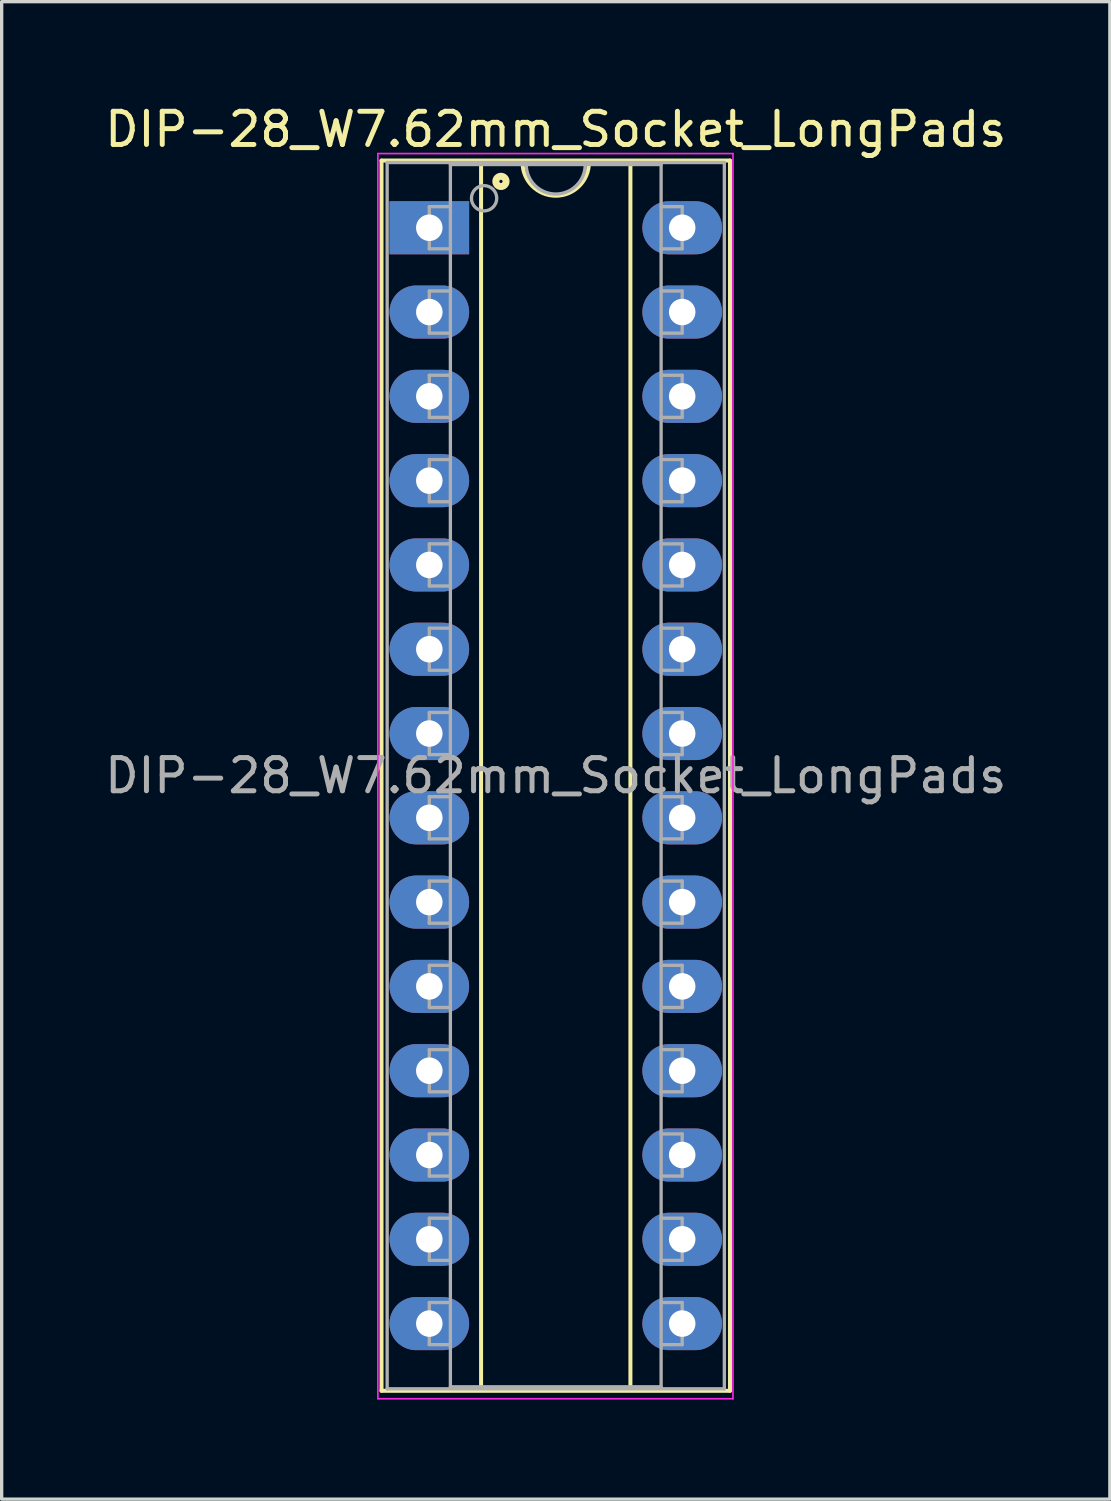
<source format=kicad_pcb>
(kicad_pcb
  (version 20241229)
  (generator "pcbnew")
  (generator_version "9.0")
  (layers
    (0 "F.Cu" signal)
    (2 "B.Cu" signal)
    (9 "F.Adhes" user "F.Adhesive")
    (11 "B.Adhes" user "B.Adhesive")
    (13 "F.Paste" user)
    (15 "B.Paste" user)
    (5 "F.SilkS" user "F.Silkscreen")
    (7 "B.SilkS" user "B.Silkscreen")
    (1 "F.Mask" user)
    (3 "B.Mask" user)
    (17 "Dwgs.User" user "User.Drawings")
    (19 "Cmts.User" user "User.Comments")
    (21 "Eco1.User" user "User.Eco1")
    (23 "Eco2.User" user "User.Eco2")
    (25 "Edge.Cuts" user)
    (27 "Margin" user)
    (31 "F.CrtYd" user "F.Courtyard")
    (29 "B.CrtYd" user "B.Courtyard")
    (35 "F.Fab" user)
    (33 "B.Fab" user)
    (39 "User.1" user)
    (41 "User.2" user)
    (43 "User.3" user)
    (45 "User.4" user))
  (footprint "DIP-28_W7.62mm_Socket_LongPads"
    (layer "F.Cu")
    (at 9.886 3.813)
    (property "Reference" "DIP-28_W7.62mm_Socket_LongPads" (at 3.81 -2.965 0) (layer "F.SilkS") (effects (font (size 1 1) (thickness 0.15))))
    (attr through_hole)
    (fp_line (start -1.44 -2.025) (end -1.44 35.045) (stroke (width 0.12) (type solid)) (layer "F.SilkS"))
    (fp_line (start -1.44 35.045) (end 9.06 35.045) (stroke (width 0.12) (type solid)) (layer "F.SilkS"))
    (fp_line (start 1.56 -1.965) (end 1.56 34.985) (stroke (width 0.12) (type solid)) (layer "F.SilkS"))
    (fp_line (start 1.56 34.985) (end 6.06 34.985) (stroke (width 0.12) (type solid)) (layer "F.SilkS"))
    (fp_line (start 2.81 -1.965) (end 1.56 -1.965) (stroke (width 0.12) (type solid)) (layer "F.SilkS"))
    (fp_line (start 6.06 -1.965) (end 4.81 -1.965) (stroke (width 0.12) (type solid)) (layer "F.SilkS"))
    (fp_line (start 6.06 34.985) (end 6.06 -1.965) (stroke (width 0.12) (type solid)) (layer "F.SilkS"))
    (fp_line (start 9.06 -2.025) (end -1.44 -2.025) (stroke (width 0.12) (type solid)) (layer "F.SilkS"))
    (fp_line (start 9.06 35.045) (end 9.06 -2.025) (stroke (width 0.12) (type solid)) (layer "F.SilkS"))
    (fp_arc (start 4.81 -1.965) (mid 3.81 -0.965) (end 2.81 -1.965) (stroke (width 0.12) (type solid)) (layer "F.SilkS"))
    (fp_circle (center 2.159 -1.397) (end 2.209 -1.397) (stroke (width 0.12) (type solid)) (fill no) (layer "F.SilkS"))
    (fp_circle (center 2.159 -1.397) (end 2.284 -1.397) (stroke (width 0.12) (type solid)) (fill no) (layer "F.SilkS"))
    (fp_circle (center 2.159 -1.397) (end 2.359 -1.397) (stroke (width 0.12) (type solid)) (fill no) (layer "F.SilkS"))
    (fp_line (start -1.55 -2.235) (end -1.55 35.285) (stroke (width 0.05) (type solid)) (layer "F.CrtYd"))
    (fp_line (start -1.55 35.285) (end 9.15 35.285) (stroke (width 0.05) (type solid)) (layer "F.CrtYd"))
    (fp_line (start 9.15 -2.235) (end -1.55 -2.235) (stroke (width 0.05) (type solid)) (layer "F.CrtYd"))
    (fp_line (start 9.15 35.285) (end 9.15 -2.235) (stroke (width 0.05) (type solid)) (layer "F.CrtYd"))
    (fp_line (start -1.27 -1.965) (end -1.27 34.985) (stroke (width 0.1) (type solid)) (layer "F.Fab"))
    (fp_line (start -1.27 34.985) (end 8.89 34.985) (stroke (width 0.1) (type solid)) (layer "F.Fab"))
    (fp_line (start 0 -0.635) (end 0 0.635) (stroke (width 0.1) (type solid)) (layer "F.Fab"))
    (fp_line (start 0 -0.635) (end 0.635 -0.635) (stroke (width 0.1) (type solid)) (layer "F.Fab"))
    (fp_line (start 0 0.635) (end 0.635 0.635) (stroke (width 0.1) (type solid)) (layer "F.Fab"))
    (fp_line (start 0 1.905) (end 0 3.175) (stroke (width 0.1) (type solid)) (layer "F.Fab"))
    (fp_line (start 0 1.905) (end 0.635 1.905) (stroke (width 0.1) (type solid)) (layer "F.Fab"))
    (fp_line (start 0 3.175) (end 0.635 3.175) (stroke (width 0.1) (type solid)) (layer "F.Fab"))
    (fp_line (start 0 4.445) (end 0 5.715) (stroke (width 0.1) (type solid)) (layer "F.Fab"))
    (fp_line (start 0 4.445) (end 0.635 4.445) (stroke (width 0.1) (type solid)) (layer "F.Fab"))
    (fp_line (start 0 5.715) (end 0.635 5.715) (stroke (width 0.1) (type solid)) (layer "F.Fab"))
    (fp_line (start 0 6.985) (end 0 8.255) (stroke (width 0.1) (type solid)) (layer "F.Fab"))
    (fp_line (start 0 6.985) (end 0.635 6.985) (stroke (width 0.1) (type solid)) (layer "F.Fab"))
    (fp_line (start 0 8.255) (end 0.635 8.255) (stroke (width 0.1) (type solid)) (layer "F.Fab"))
    (fp_line (start 0 9.525) (end 0 10.795) (stroke (width 0.1) (type solid)) (layer "F.Fab"))
    (fp_line (start 0 9.525) (end 0.635 9.525) (stroke (width 0.1) (type solid)) (layer "F.Fab"))
    (fp_line (start 0 10.795) (end 0.635 10.795) (stroke (width 0.1) (type solid)) (layer "F.Fab"))
    (fp_line (start 0 12.065) (end 0 13.335) (stroke (width 0.1) (type solid)) (layer "F.Fab"))
    (fp_line (start 0 12.065) (end 0.635 12.065) (stroke (width 0.1) (type solid)) (layer "F.Fab"))
    (fp_line (start 0 13.335) (end 0.635 13.335) (stroke (width 0.1) (type solid)) (layer "F.Fab"))
    (fp_line (start 0 14.605) (end 0 15.875) (stroke (width 0.1) (type solid)) (layer "F.Fab"))
    (fp_line (start 0 14.605) (end 0.635 14.605) (stroke (width 0.1) (type solid)) (layer "F.Fab"))
    (fp_line (start 0 15.875) (end 0.635 15.875) (stroke (width 0.1) (type solid)) (layer "F.Fab"))
    (fp_line (start 0 17.145) (end 0 18.415) (stroke (width 0.1) (type solid)) (layer "F.Fab"))
    (fp_line (start 0 17.145) (end 0.635 17.145) (stroke (width 0.1) (type solid)) (layer "F.Fab"))
    (fp_line (start 0 18.415) (end 0.635 18.415) (stroke (width 0.1) (type solid)) (layer "F.Fab"))
    (fp_line (start 0 19.685) (end 0 20.955) (stroke (width 0.1) (type solid)) (layer "F.Fab"))
    (fp_line (start 0 19.685) (end 0.635 19.685) (stroke (width 0.1) (type solid)) (layer "F.Fab"))
    (fp_line (start 0 20.955) (end 0.635 20.955) (stroke (width 0.1) (type solid)) (layer "F.Fab"))
    (fp_line (start 0 22.225) (end 0 23.495) (stroke (width 0.1) (type solid)) (layer "F.Fab"))
    (fp_line (start 0 22.225) (end 0.635 22.225) (stroke (width 0.1) (type solid)) (layer "F.Fab"))
    (fp_line (start 0 23.495) (end 0.635 23.495) (stroke (width 0.1) (type solid)) (layer "F.Fab"))
    (fp_line (start 0 24.765) (end 0 26.035) (stroke (width 0.1) (type solid)) (layer "F.Fab"))
    (fp_line (start 0 24.765) (end 0.635 24.765) (stroke (width 0.1) (type solid)) (layer "F.Fab"))
    (fp_line (start 0 26.035) (end 0.635 26.035) (stroke (width 0.1) (type solid)) (layer "F.Fab"))
    (fp_line (start 0 27.305) (end 0 28.575) (stroke (width 0.1) (type solid)) (layer "F.Fab"))
    (fp_line (start 0 27.305) (end 0.635 27.305) (stroke (width 0.1) (type solid)) (layer "F.Fab"))
    (fp_line (start 0 28.575) (end 0.635 28.575) (stroke (width 0.1) (type solid)) (layer "F.Fab"))
    (fp_line (start 0 29.845) (end 0 31.115) (stroke (width 0.1) (type solid)) (layer "F.Fab"))
    (fp_line (start 0 29.845) (end 0.635 29.845) (stroke (width 0.1) (type solid)) (layer "F.Fab"))
    (fp_line (start 0 31.115) (end 0.635 31.115) (stroke (width 0.1) (type solid)) (layer "F.Fab"))
    (fp_line (start 0 32.385) (end 0 33.655) (stroke (width 0.1) (type solid)) (layer "F.Fab"))
    (fp_line (start 0 32.385) (end 0.635 32.385) (stroke (width 0.1) (type solid)) (layer "F.Fab"))
    (fp_line (start 0 33.655) (end 0.635 33.655) (stroke (width 0.1) (type solid)) (layer "F.Fab"))
    (fp_line (start 0.635 -1.905) (end 6.985 -1.905) (stroke (width 0.1) (type solid)) (layer "F.Fab"))
    (fp_line (start 0.635 34.925) (end 0.635 -1.905) (stroke (width 0.1) (type solid)) (layer "F.Fab"))
    (fp_line (start 6.985 -1.905) (end 6.985 34.925) (stroke (width 0.1) (type solid)) (layer "F.Fab"))
    (fp_line (start 6.985 34.925) (end 0.635 34.925) (stroke (width 0.1) (type solid)) (layer "F.Fab"))
    (fp_line (start 7.62 -0.635) (end 6.985 -0.635) (stroke (width 0.1) (type solid)) (layer "F.Fab"))
    (fp_line (start 7.62 0.635) (end 6.985 0.635) (stroke (width 0.1) (type solid)) (layer "F.Fab"))
    (fp_line (start 7.62 0.635) (end 7.62 -0.635) (stroke (width 0.1) (type solid)) (layer "F.Fab"))
    (fp_line (start 7.62 1.905) (end 6.985 1.905) (stroke (width 0.1) (type solid)) (layer "F.Fab"))
    (fp_line (start 7.62 3.175) (end 6.985 3.175) (stroke (width 0.1) (type solid)) (layer "F.Fab"))
    (fp_line (start 7.62 3.175) (end 7.62 1.905) (stroke (width 0.1) (type solid)) (layer "F.Fab"))
    (fp_line (start 7.62 4.445) (end 6.985 4.445) (stroke (width 0.1) (type solid)) (layer "F.Fab"))
    (fp_line (start 7.62 5.715) (end 6.985 5.715) (stroke (width 0.1) (type solid)) (layer "F.Fab"))
    (fp_line (start 7.62 5.715) (end 7.62 4.445) (stroke (width 0.1) (type solid)) (layer "F.Fab"))
    (fp_line (start 7.62 6.985) (end 6.985 6.985) (stroke (width 0.1) (type solid)) (layer "F.Fab"))
    (fp_line (start 7.62 8.255) (end 6.985 8.255) (stroke (width 0.1) (type solid)) (layer "F.Fab"))
    (fp_line (start 7.62 8.255) (end 7.62 6.985) (stroke (width 0.1) (type solid)) (layer "F.Fab"))
    (fp_line (start 7.62 9.525) (end 6.985 9.525) (stroke (width 0.1) (type solid)) (layer "F.Fab"))
    (fp_line (start 7.62 10.795) (end 6.985 10.795) (stroke (width 0.1) (type solid)) (layer "F.Fab"))
    (fp_line (start 7.62 10.795) (end 7.62 9.525) (stroke (width 0.1) (type solid)) (layer "F.Fab"))
    (fp_line (start 7.62 12.065) (end 6.985 12.065) (stroke (width 0.1) (type solid)) (layer "F.Fab"))
    (fp_line (start 7.62 13.335) (end 6.985 13.335) (stroke (width 0.1) (type solid)) (layer "F.Fab"))
    (fp_line (start 7.62 13.335) (end 7.62 12.065) (stroke (width 0.1) (type solid)) (layer "F.Fab"))
    (fp_line (start 7.62 14.605) (end 6.985 14.605) (stroke (width 0.1) (type solid)) (layer "F.Fab"))
    (fp_line (start 7.62 15.875) (end 6.985 15.875) (stroke (width 0.1) (type solid)) (layer "F.Fab"))
    (fp_line (start 7.62 15.875) (end 7.62 14.605) (stroke (width 0.1) (type solid)) (layer "F.Fab"))
    (fp_line (start 7.62 17.145) (end 6.985 17.145) (stroke (width 0.1) (type solid)) (layer "F.Fab"))
    (fp_line (start 7.62 18.415) (end 6.985 18.415) (stroke (width 0.1) (type solid)) (layer "F.Fab"))
    (fp_line (start 7.62 18.415) (end 7.62 17.145) (stroke (width 0.1) (type solid)) (layer "F.Fab"))
    (fp_line (start 7.62 19.685) (end 6.985 19.685) (stroke (width 0.1) (type solid)) (layer "F.Fab"))
    (fp_line (start 7.62 20.955) (end 6.985 20.955) (stroke (width 0.1) (type solid)) (layer "F.Fab"))
    (fp_line (start 7.62 20.955) (end 7.62 19.685) (stroke (width 0.1) (type solid)) (layer "F.Fab"))
    (fp_line (start 7.62 22.225) (end 6.985 22.225) (stroke (width 0.1) (type solid)) (layer "F.Fab"))
    (fp_line (start 7.62 23.495) (end 6.985 23.495) (stroke (width 0.1) (type solid)) (layer "F.Fab"))
    (fp_line (start 7.62 23.495) (end 7.62 22.225) (stroke (width 0.1) (type solid)) (layer "F.Fab"))
    (fp_line (start 7.62 24.765) (end 6.985 24.765) (stroke (width 0.1) (type solid)) (layer "F.Fab"))
    (fp_line (start 7.62 26.035) (end 6.985 26.035) (stroke (width 0.1) (type solid)) (layer "F.Fab"))
    (fp_line (start 7.62 26.035) (end 7.62 24.765) (stroke (width 0.1) (type solid)) (layer "F.Fab"))
    (fp_line (start 7.62 27.305) (end 6.985 27.305) (stroke (width 0.1) (type solid)) (layer "F.Fab"))
    (fp_line (start 7.62 28.575) (end 6.985 28.575) (stroke (width 0.1) (type solid)) (layer "F.Fab"))
    (fp_line (start 7.62 28.575) (end 7.62 27.305) (stroke (width 0.1) (type solid)) (layer "F.Fab"))
    (fp_line (start 7.62 29.845) (end 6.985 29.845) (stroke (width 0.1) (type solid)) (layer "F.Fab"))
    (fp_line (start 7.62 31.115) (end 6.985 31.115) (stroke (width 0.1) (type solid)) (layer "F.Fab"))
    (fp_line (start 7.62 31.115) (end 7.62 29.845) (stroke (width 0.1) (type solid)) (layer "F.Fab"))
    (fp_line (start 7.62 32.385) (end 6.985 32.385) (stroke (width 0.1) (type solid)) (layer "F.Fab"))
    (fp_line (start 7.62 33.655) (end 6.985 33.655) (stroke (width 0.1) (type solid)) (layer "F.Fab"))
    (fp_line (start 7.62 33.655) (end 7.62 32.385) (stroke (width 0.1) (type solid)) (layer "F.Fab"))
    (fp_line (start 8.89 -1.965) (end -1.27 -1.965) (stroke (width 0.1) (type solid)) (layer "F.Fab"))
    (fp_line (start 8.89 34.985) (end 8.89 -1.965) (stroke (width 0.1) (type solid)) (layer "F.Fab"))
    (fp_arc (start 4.699 -1.905) (mid 3.81 -1.016) (end 2.921 -1.905) (stroke (width 0.1) (type solid)) (layer "F.Fab"))
    (fp_circle (center 1.651 -0.889) (end 2.032 -0.889) (stroke (width 0.1) (type solid)) (fill no) (layer "F.Fab"))
    (fp_text user "${REFERENCE}" (at 3.81 16.51 0) (layer "F.Fab") (effects (font (size 1 1) (thickness 0.15))))
    (pad "1" thru_hole rect (at 0 0) (size 2.4 1.6) (drill 0.8) (layers "*.Cu" "*.Mask"))
    (pad "2" thru_hole oval (at 0 2.54) (size 2.4 1.6) (drill 0.8) (layers "*.Cu" "*.Mask"))
    (pad "3" thru_hole oval (at 0 5.08) (size 2.4 1.6) (drill 0.8) (layers "*.Cu" "*.Mask"))
    (pad "4" thru_hole oval (at 0 7.62) (size 2.4 1.6) (drill 0.8) (layers "*.Cu" "*.Mask"))
    (pad "5" thru_hole oval (at 0 10.16) (size 2.4 1.6) (drill 0.8) (layers "*.Cu" "*.Mask"))
    (pad "6" thru_hole oval (at 0 12.7) (size 2.4 1.6) (drill 0.8) (layers "*.Cu" "*.Mask"))
    (pad "7" thru_hole oval (at 0 15.24) (size 2.4 1.6) (drill 0.8) (layers "*.Cu" "*.Mask"))
    (pad "8" thru_hole oval (at 0 17.78) (size 2.4 1.6) (drill 0.8) (layers "*.Cu" "*.Mask"))
    (pad "9" thru_hole oval (at 0 20.32) (size 2.4 1.6) (drill 0.8) (layers "*.Cu" "*.Mask"))
    (pad "10" thru_hole oval (at 0 22.86) (size 2.4 1.6) (drill 0.8) (layers "*.Cu" "*.Mask"))
    (pad "11" thru_hole oval (at 0 25.4) (size 2.4 1.6) (drill 0.8) (layers "*.Cu" "*.Mask"))
    (pad "12" thru_hole oval (at 0 27.94) (size 2.4 1.6) (drill 0.8) (layers "*.Cu" "*.Mask"))
    (pad "13" thru_hole oval (at 0 30.48) (size 2.4 1.6) (drill 0.8) (layers "*.Cu" "*.Mask"))
    (pad "14" thru_hole oval (at 0 33.02) (size 2.4 1.6) (drill 0.8) (layers "*.Cu" "*.Mask"))
    (pad "15" thru_hole oval (at 7.62 33.02) (size 2.4 1.6) (drill 0.8) (layers "*.Cu" "*.Mask"))
    (pad "16" thru_hole oval (at 7.62 30.48) (size 2.4 1.6) (drill 0.8) (layers "*.Cu" "*.Mask"))
    (pad "17" thru_hole oval (at 7.62 27.94) (size 2.4 1.6) (drill 0.8) (layers "*.Cu" "*.Mask"))
    (pad "18" thru_hole oval (at 7.62 25.4) (size 2.4 1.6) (drill 0.8) (layers "*.Cu" "*.Mask"))
    (pad "19" thru_hole oval (at 7.62 22.86) (size 2.4 1.6) (drill 0.8) (layers "*.Cu" "*.Mask"))
    (pad "20" thru_hole oval (at 7.62 20.32) (size 2.4 1.6) (drill 0.8) (layers "*.Cu" "*.Mask"))
    (pad "21" thru_hole oval (at 7.62 17.78) (size 2.4 1.6) (drill 0.8) (layers "*.Cu" "*.Mask"))
    (pad "22" thru_hole oval (at 7.62 15.24) (size 2.4 1.6) (drill 0.8) (layers "*.Cu" "*.Mask"))
    (pad "23" thru_hole oval (at 7.62 12.7) (size 2.4 1.6) (drill 0.8) (layers "*.Cu" "*.Mask"))
    (pad "24" thru_hole oval (at 7.62 10.16) (size 2.4 1.6) (drill 0.8) (layers "*.Cu" "*.Mask"))
    (pad "25" thru_hole oval (at 7.62 7.62) (size 2.4 1.6) (drill 0.8) (layers "*.Cu" "*.Mask"))
    (pad "26" thru_hole oval (at 7.62 5.08) (size 2.4 1.6) (drill 0.8) (layers "*.Cu" "*.Mask"))
    (pad "27" thru_hole oval (at 7.62 2.54) (size 2.4 1.6) (drill 0.8) (layers "*.Cu" "*.Mask"))
    (pad "28" thru_hole oval (at 7.62 0) (size 2.4 1.6) (drill 0.8) (layers "*.Cu" "*.Mask")))
  (gr_rect
    (start -3 -3)
    (end 30.393 42.123)
    (stroke (width 0.1) (type default))
    (fill no)
    (layer "Edge.Cuts")))
</source>
